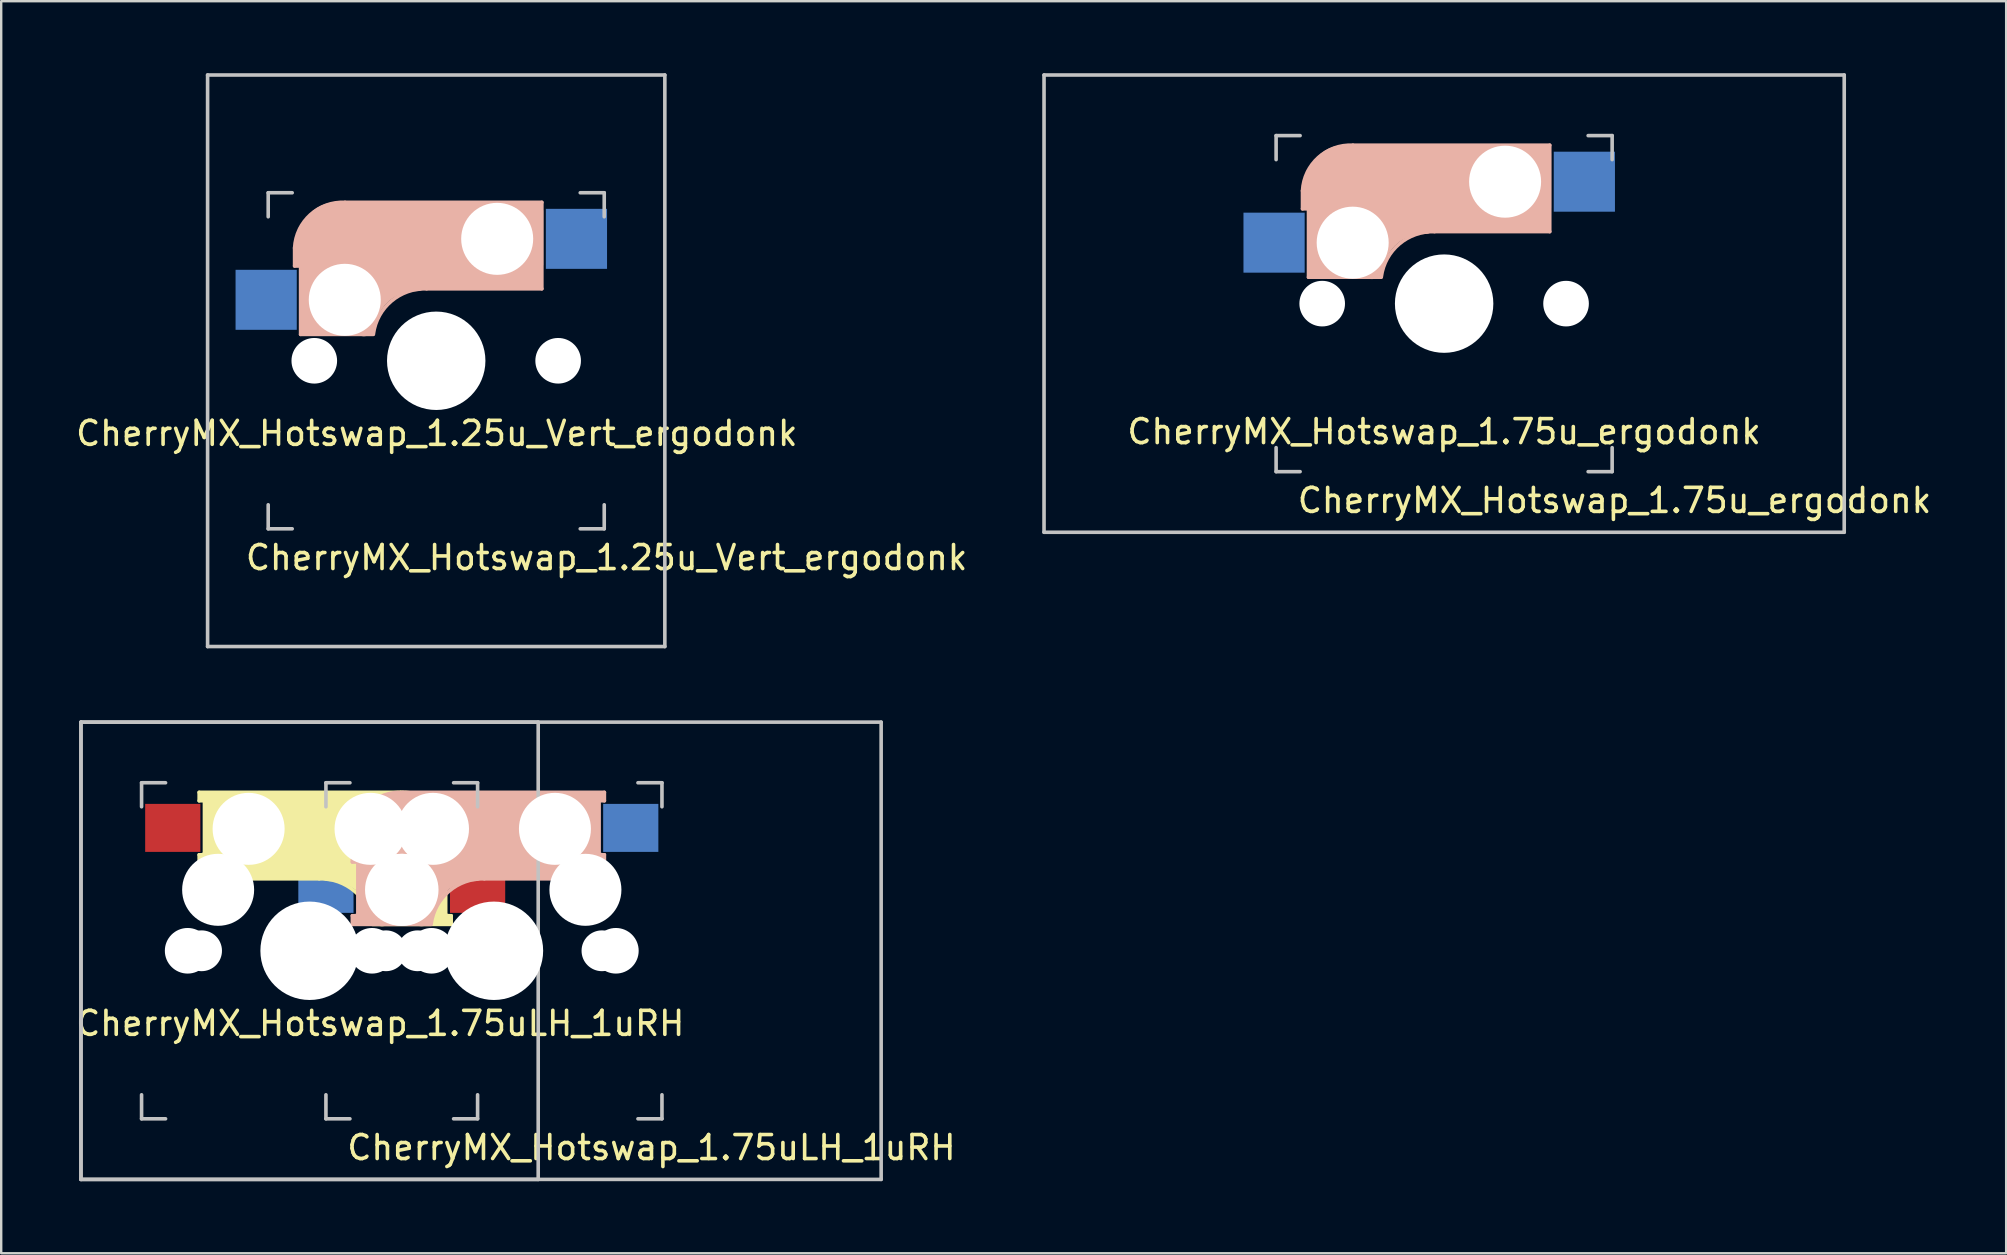
<source format=kicad_pcb>
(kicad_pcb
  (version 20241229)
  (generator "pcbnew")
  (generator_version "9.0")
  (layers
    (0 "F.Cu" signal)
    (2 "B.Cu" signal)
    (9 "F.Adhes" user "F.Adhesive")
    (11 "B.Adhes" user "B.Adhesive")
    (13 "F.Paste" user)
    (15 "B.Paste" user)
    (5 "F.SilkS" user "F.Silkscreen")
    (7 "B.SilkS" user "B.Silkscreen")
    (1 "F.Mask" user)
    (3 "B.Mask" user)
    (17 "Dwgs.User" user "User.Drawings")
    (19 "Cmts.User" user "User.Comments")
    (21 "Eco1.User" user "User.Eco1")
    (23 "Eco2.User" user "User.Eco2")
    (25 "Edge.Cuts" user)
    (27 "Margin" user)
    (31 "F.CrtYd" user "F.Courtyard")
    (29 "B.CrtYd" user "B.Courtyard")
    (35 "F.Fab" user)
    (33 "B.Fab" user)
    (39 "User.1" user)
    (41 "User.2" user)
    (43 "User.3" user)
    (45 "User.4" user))
  (footprint "CherryMX_Hotswap_1.75uLH_1uRH"
    (layer "F.Cu")
    (at 16.992 36.562)
    (property "Reference" "CherryMX_Hotswap_1.75uLH_1uRH" (at 7.1 8.2 0) (layer "F.SilkS") (effects (font (size 1 1) (thickness 0.15))))
    (attr through_hole)
    (fp_line (start -11.744 -6.6) (end -3.344 -6.6) (stroke (width 0.15) (type solid)) (layer "F.SilkS"))
    (fp_line (start -11.744 -6.25) (end -11.744 -6.6) (stroke (width 0.15) (type solid)) (layer "F.SilkS"))
    (fp_line (start -11.744 -4) (end -11.544 -4) (stroke (width 0.15) (type solid)) (layer "F.SilkS"))
    (fp_line (start -11.744 -3) (end -11.744 -4) (stroke (width 0.15) (type solid)) (layer "F.SilkS"))
    (fp_line (start -11.544 -6.4) (end -10.144 -6.4) (stroke (width 0.4) (type solid)) (layer "F.SilkS"))
    (fp_line (start -11.544 -6.25) (end -11.744 -6.25) (stroke (width 0.15) (type solid)) (layer "F.SilkS"))
    (fp_line (start -11.544 -3.9) (end -11.544 -3.2) (stroke (width 0.4) (type solid)) (layer "F.SilkS"))
    (fp_line (start -11.524 -4) (end -11.524 -6.25) (stroke (width 0.15) (type solid)) (layer "F.SilkS"))
    (fp_line (start -11.444 -3.3) (end -10.044 -3.3) (stroke (width 0.5) (type solid)) (layer "F.SilkS"))
    (fp_line (start -11.044 -6) (end -11.044 -3.5) (stroke (width 1) (type solid)) (layer "F.SilkS"))
    (fp_line (start -9.744 -4.8) (end -3.044 -4.8) (stroke (width 3.5) (type solid)) (layer "F.SilkS"))
    (fp_line (start -6.744 -3) (end -11.744 -3) (stroke (width 0.15) (type solid)) (layer "F.SilkS"))
    (fp_line (start -2.974 -5.1) (end -2.974 -2.86) (stroke (width 3) (type solid)) (layer "F.SilkS"))
    (fp_line (start -1.844 -1.6) (end -1.844 -3.4) (stroke (width 0.8) (type solid)) (layer "F.SilkS"))
    (fp_line (start -1.474 -3.7) (end -1.474 -1.46) (stroke (width 0.15) (type solid)) (layer "F.SilkS"))
    (fp_line (start -1.444 -1.46) (end -1.244 -1.46) (stroke (width 0.15) (type solid)) (layer "F.SilkS"))
    (fp_line (start -1.444 -1.3) (end -4.144 -1.3) (stroke (width 0.5) (type solid)) (layer "F.SilkS"))
    (fp_line (start -1.344 -3.8) (end -1.344 -4.7) (stroke (width 0.3) (type solid)) (layer "F.SilkS"))
    (fp_line (start -1.244 -4.7) (end -1.244 -3.7) (stroke (width 0.15) (type solid)) (layer "F.SilkS"))
    (fp_line (start -1.244 -3.7) (end -1.444 -3.7) (stroke (width 0.15) (type solid)) (layer "F.SilkS"))
    (fp_line (start -1.244 -1.1) (end -4.524 -1.1) (stroke (width 0.15) (type solid)) (layer "F.SilkS"))
    (fp_line (start -1.244 -1.1) (end -1.244 -1.46) (stroke (width 0.15) (type solid)) (layer "F.SilkS"))
    (fp_arc (start -6.74375 -3) (mid -5.275041 -2.486118) (end -4.527432 -1.121471) (stroke (width 0.15) (type solid)) (layer "F.SilkS"))
    (fp_arc (start -6.34375 -3.4) (mid -4.875041 -2.886118) (end -4.127432 -1.521471) (stroke (width 1) (type solid)) (layer "F.SilkS"))
    (fp_arc (start -3.34375 -6.600001) (mid -1.900246 -6.084925) (end -1.243749 -4.7) (stroke (width 0.15) (type solid)) (layer "F.SilkS"))
    (fp_line (start -5.362 -4.7) (end -5.362 -3.7) (stroke (width 0.15) (type solid)) (layer "B.SilkS"))
    (fp_line (start -5.362 -3.7) (end -5.162 -3.7) (stroke (width 0.15) (type solid)) (layer "B.SilkS"))
    (fp_line (start -5.362 -1.1) (end -5.362 -1.46) (stroke (width 0.15) (type solid)) (layer "B.SilkS"))
    (fp_line (start -5.362 -1.1) (end -2.083 -1.1) (stroke (width 0.15) (type solid)) (layer "B.SilkS"))
    (fp_line (start -5.263 -3.8) (end -5.263 -4.7) (stroke (width 0.3) (type solid)) (layer "B.SilkS"))
    (fp_line (start -5.162 -1.46) (end -5.362 -1.46) (stroke (width 0.15) (type solid)) (layer "B.SilkS"))
    (fp_line (start -5.162 -1.3) (end -2.462 -1.3) (stroke (width 0.5) (type solid)) (layer "B.SilkS"))
    (fp_line (start -5.133 -3.7) (end -5.133 -1.46) (stroke (width 0.15) (type solid)) (layer "B.SilkS"))
    (fp_line (start -4.763 -1.6) (end -4.763 -3.4) (stroke (width 0.8) (type solid)) (layer "B.SilkS"))
    (fp_line (start -3.632 -5.1) (end -3.632 -2.86) (stroke (width 3) (type solid)) (layer "B.SilkS"))
    (fp_line (start 0.138 -3) (end 5.138 -3) (stroke (width 0.15) (type solid)) (layer "B.SilkS"))
    (fp_line (start 3.138 -4.8) (end -3.562 -4.8) (stroke (width 3.5) (type solid)) (layer "B.SilkS"))
    (fp_line (start 4.438 -6) (end 4.438 -3.5) (stroke (width 1) (type solid)) (layer "B.SilkS"))
    (fp_line (start 4.838 -3.3) (end 3.438 -3.3) (stroke (width 0.5) (type solid)) (layer "B.SilkS"))
    (fp_line (start 4.918 -4) (end 4.918 -6.25) (stroke (width 0.15) (type solid)) (layer "B.SilkS"))
    (fp_line (start 4.938 -6.4) (end 3.538 -6.4) (stroke (width 0.4) (type solid)) (layer "B.SilkS"))
    (fp_line (start 4.938 -6.25) (end 5.138 -6.25) (stroke (width 0.15) (type solid)) (layer "B.SilkS"))
    (fp_line (start 4.938 -3.9) (end 4.938 -3.2) (stroke (width 0.4) (type solid)) (layer "B.SilkS"))
    (fp_line (start 5.138 -6.6) (end -3.263 -6.6) (stroke (width 0.15) (type solid)) (layer "B.SilkS"))
    (fp_line (start 5.138 -6.25) (end 5.138 -6.6) (stroke (width 0.15) (type solid)) (layer "B.SilkS"))
    (fp_line (start 5.138 -4) (end 4.938 -4) (stroke (width 0.15) (type solid)) (layer "B.SilkS"))
    (fp_line (start 5.138 -3) (end 5.138 -4) (stroke (width 0.15) (type solid)) (layer "B.SilkS"))
    (fp_arc (start -5.3625 -4.699999) (mid -4.706004 -6.084924) (end -3.262501 -6.6) (stroke (width 0.15) (type solid)) (layer "B.SilkS"))
    (fp_arc (start -2.478818 -1.521471) (mid -1.731209 -2.886118) (end -0.2625 -3.4) (stroke (width 1) (type solid)) (layer "B.SilkS"))
    (fp_arc (start -2.078818 -1.121471) (mid -1.331209 -2.486118) (end 0.1375 -3) (stroke (width 0.15) (type solid)) (layer "B.SilkS"))
    (fp_line (start -16.669 -9.525) (end 2.381 -9.525) (stroke (width 0.15) (type solid)) (layer "Dwgs.User"))
    (fp_line (start -16.669 -9.525) (end 16.669 -9.525) (stroke (width 0.15) (type solid)) (layer "Dwgs.User"))
    (fp_line (start -16.669 9.525) (end -16.669 -9.525) (stroke (width 0.15) (type solid)) (layer "Dwgs.User"))
    (fp_line (start -16.669 9.525) (end -16.669 -9.525) (stroke (width 0.15) (type solid)) (layer "Dwgs.User"))
    (fp_line (start -14.144 -7) (end -13.144 -7) (stroke (width 0.15) (type solid)) (layer "Dwgs.User"))
    (fp_line (start -14.144 -6) (end -14.144 -7) (stroke (width 0.15) (type solid)) (layer "Dwgs.User"))
    (fp_line (start -14.144 6) (end -14.144 7) (stroke (width 0.15) (type solid)) (layer "Dwgs.User"))
    (fp_line (start -14.144 7) (end -13.144 7) (stroke (width 0.15) (type solid)) (layer "Dwgs.User"))
    (fp_line (start -6.463 -7) (end -5.463 -7) (stroke (width 0.15) (type solid)) (layer "Dwgs.User"))
    (fp_line (start -6.463 -6) (end -6.463 -7) (stroke (width 0.15) (type solid)) (layer "Dwgs.User"))
    (fp_line (start -6.463 6) (end -6.463 7) (stroke (width 0.15) (type solid)) (layer "Dwgs.User"))
    (fp_line (start -6.463 7) (end -5.463 7) (stroke (width 0.15) (type solid)) (layer "Dwgs.User"))
    (fp_line (start -1.144 7) (end -0.144 7) (stroke (width 0.15) (type solid)) (layer "Dwgs.User"))
    (fp_line (start -0.144 -7) (end -1.144 -7) (stroke (width 0.15) (type solid)) (layer "Dwgs.User"))
    (fp_line (start -0.144 -7) (end -0.144 -6) (stroke (width 0.15) (type solid)) (layer "Dwgs.User"))
    (fp_line (start -0.144 7) (end -0.144 6) (stroke (width 0.15) (type solid)) (layer "Dwgs.User"))
    (fp_line (start 2.381 -9.525) (end 2.381 9.525) (stroke (width 0.15) (type solid)) (layer "Dwgs.User"))
    (fp_line (start 2.381 9.525) (end -16.669 9.525) (stroke (width 0.15) (type solid)) (layer "Dwgs.User"))
    (fp_line (start 6.537 7) (end 7.537 7) (stroke (width 0.15) (type solid)) (layer "Dwgs.User"))
    (fp_line (start 7.537 -7) (end 6.537 -7) (stroke (width 0.15) (type solid)) (layer "Dwgs.User"))
    (fp_line (start 7.537 -7) (end 7.537 -6) (stroke (width 0.15) (type solid)) (layer "Dwgs.User"))
    (fp_line (start 7.537 7) (end 7.537 6) (stroke (width 0.15) (type solid)) (layer "Dwgs.User"))
    (fp_line (start 16.669 -9.525) (end 16.669 9.525) (stroke (width 0.15) (type solid)) (layer "Dwgs.User"))
    (fp_line (start 16.669 9.525) (end -16.669 9.525) (stroke (width 0.15) (type solid)) (layer "Dwgs.User"))
    (fp_text user "${REFERENCE}" (at -4.2 3.025 0) (layer "F.SilkS") (effects (font (size 1 1) (thickness 0.15))))
    (pad "" np_thru_hole circle (at -12.224 0) (size 1.9 1.9) (drill 1.9) (layers "*.Cu" "*.Mask"))
    (pad "" np_thru_hole circle (at -11.644 0) (size 1.7 1.7) (drill 1.7) (layers "*.Cu" "*.Mask"))
    (pad "" np_thru_hole circle (at -10.954 -2.54 180) (size 3 3) (drill 3) (layers "*.Cu" "*.Mask"))
    (pad "" np_thru_hole circle (at -9.684 -5.08 180) (size 3 3) (drill 3) (layers "*.Cu" "*.Mask"))
    (pad "" np_thru_hole circle (at -7.144 0 90) (size 4.1 4.1) (drill 4.1) (layers "*.Cu" "*.Mask"))
    (pad "" np_thru_hole circle (at -4.604 -5.08 180) (size 3 3) (drill 3) (layers "*.Cu" "*.Mask"))
    (pad "" np_thru_hole circle (at -4.543 0) (size 1.9 1.9) (drill 1.9) (layers "*.Cu" "*.Mask"))
    (pad "" np_thru_hole circle (at -3.962 0) (size 1.7 1.7) (drill 1.7) (layers "*.Cu" "*.Mask"))
    (pad "" np_thru_hole circle (at -3.334 -2.54 180) (size 3 3) (drill 3) (layers "*.Cu" "*.Mask"))
    (pad "" np_thru_hole circle (at -3.272 -2.54 180) (size 3 3) (drill 3) (layers "*.Cu" "*.Mask"))
    (pad "" np_thru_hole circle (at -2.644 0) (size 1.7 1.7) (drill 1.7) (layers "*.Cu" "*.Mask"))
    (pad "" np_thru_hole circle (at -2.064 0) (size 1.9 1.9) (drill 1.9) (layers "*.Cu" "*.Mask"))
    (pad "" np_thru_hole circle (at -2.002 -5.08 180) (size 3 3) (drill 3) (layers "*.Cu" "*.Mask"))
    (pad "" np_thru_hole circle (at 0.537 0 90) (size 4.1 4.1) (drill 4.1) (layers "*.Cu" "*.Mask"))
    (pad "" np_thru_hole circle (at 3.078 -5.08 180) (size 3 3) (drill 3) (layers "*.Cu" "*.Mask"))
    (pad "" np_thru_hole circle (at 4.348 -2.54 180) (size 3 3) (drill 3) (layers "*.Cu" "*.Mask"))
    (pad "" np_thru_hole circle (at 5.037 0) (size 1.7 1.7) (drill 1.7) (layers "*.Cu" "*.Mask"))
    (pad "" np_thru_hole circle (at 5.617 0) (size 1.9 1.9) (drill 1.9) (layers "*.Cu" "*.Mask"))
    (pad "1" smd rect (at -6.463 -2.58 180) (size 2.3 2) (layers "B.Cu" "B.Mask" "B.Paste"))
    (pad "1" smd rect (at -0.144 -2.58 180) (size 2.3 2) (layers "F.Cu" "F.Mask" "F.Paste"))
    (pad "2" smd rect (at -12.844 -5.12 180) (size 2.3 2) (layers "F.Cu" "F.Mask" "F.Paste"))
    (pad "2" smd rect (at 6.237 -5.12 180) (size 2.3 2) (layers "B.Cu" "B.Mask" "B.Paste")))
  (footprint "CherryMX_Hotswap_1.25u_Vert_ergodonk"
    (layer "F.Cu")
    (at 15.124 11.981)
    (property "Reference" "CherryMX_Hotswap_1.25u_Vert_ergodonk" (at 7.1 8.2 0) (layer "F.SilkS") (effects (font (size 1 1) (thickness 0.15))))
    (attr through_hole)
    (fp_line (start -5.9 -4.7) (end -5.9 -3.95) (stroke (width 0.15) (type solid)) (layer "B.SilkS"))
    (fp_line (start -5.9 -3.95) (end -5.7 -3.95) (stroke (width 0.15) (type solid)) (layer "B.SilkS"))
    (fp_line (start -5.8 -4.05) (end -5.8 -4.7) (stroke (width 0.3) (type solid)) (layer "B.SilkS"))
    (fp_line (start -5.65 -5.55) (end -5.65 -1.1) (stroke (width 0.15) (type solid)) (layer "B.SilkS"))
    (fp_line (start -5.65 -1.1) (end -2.62 -1.1) (stroke (width 0.15) (type solid)) (layer "B.SilkS"))
    (fp_line (start -5.45 -1.3) (end -3 -1.3) (stroke (width 0.5) (type solid)) (layer "B.SilkS"))
    (fp_line (start -5.3 -1.6) (end -5.3 -3.4) (stroke (width 0.8) (type solid)) (layer "B.SilkS"))
    (fp_line (start -4.17 -5.1) (end -4.17 -2.86) (stroke (width 3) (type solid)) (layer "B.SilkS"))
    (fp_line (start -0.4 -3) (end 4.4 -3) (stroke (width 0.15) (type solid)) (layer "B.SilkS"))
    (fp_line (start 2.6 -4.8) (end -4.1 -4.8) (stroke (width 3.5) (type solid)) (layer "B.SilkS"))
    (fp_line (start 3.9 -6) (end 3.9 -3.5) (stroke (width 1) (type solid)) (layer "B.SilkS"))
    (fp_line (start 4.2 -3.25) (end 2.9 -3.3) (stroke (width 0.5) (type solid)) (layer "B.SilkS"))
    (fp_line (start 4.25 -6.4) (end 3 -6.4) (stroke (width 0.4) (type solid)) (layer "B.SilkS"))
    (fp_line (start 4.38 -4) (end 4.38 -6.25) (stroke (width 0.15) (type solid)) (layer "B.SilkS"))
    (fp_line (start 4.4 -6.6) (end -3.8 -6.6) (stroke (width 0.15) (type solid)) (layer "B.SilkS"))
    (fp_line (start 4.4 -3) (end 4.4 -6.6) (stroke (width 0.15) (type solid)) (layer "B.SilkS"))
    (fp_arc (start -5.9 -4.699999) (mid -5.243504 -6.084924) (end -3.800001 -6.6) (stroke (width 0.15) (type solid)) (layer "B.SilkS"))
    (fp_arc (start -3.016318 -1.521471) (mid -2.268709 -2.886118) (end -0.8 -3.4) (stroke (width 1) (type solid)) (layer "B.SilkS"))
    (fp_arc (start -2.616318 -1.121471) (mid -1.868709 -2.486118) (end -0.4 -3) (stroke (width 0.15) (type solid)) (layer "B.SilkS"))
    (fp_line (start -9.525 -11.906) (end 9.525 -11.906) (stroke (width 0.15) (type solid)) (layer "Dwgs.User"))
    (fp_line (start -9.525 11.906) (end -9.525 -11.906) (stroke (width 0.15) (type solid)) (layer "Dwgs.User"))
    (fp_line (start -7 -7) (end -6 -7) (stroke (width 0.15) (type solid)) (layer "Dwgs.User"))
    (fp_line (start -7 -6) (end -7 -7) (stroke (width 0.15) (type solid)) (layer "Dwgs.User"))
    (fp_line (start -7 6) (end -7 7) (stroke (width 0.15) (type solid)) (layer "Dwgs.User"))
    (fp_line (start -7 7) (end -6 7) (stroke (width 0.15) (type solid)) (layer "Dwgs.User"))
    (fp_line (start 6 7) (end 7 7) (stroke (width 0.15) (type solid)) (layer "Dwgs.User"))
    (fp_line (start 7 -7) (end 6 -7) (stroke (width 0.15) (type solid)) (layer "Dwgs.User"))
    (fp_line (start 7 -7) (end 7 -6) (stroke (width 0.15) (type solid)) (layer "Dwgs.User"))
    (fp_line (start 7 7) (end 7 6) (stroke (width 0.15) (type solid)) (layer "Dwgs.User"))
    (fp_line (start 9.525 -11.906) (end 9.525 11.906) (stroke (width 0.15) (type solid)) (layer "Dwgs.User"))
    (fp_line (start 9.525 11.906) (end -9.525 11.906) (stroke (width 0.15) (type solid)) (layer "Dwgs.User"))
    (fp_text user "${REFERENCE}" (at 0.025 3.025 0) (layer "F.SilkS") (effects (font (size 1 1) (thickness 0.15))))
    (pad "" np_thru_hole circle (at -5.08 0) (size 1.9 1.9) (drill 1.9) (layers "*.Cu" "*.Mask"))
    (pad "" np_thru_hole circle (at -3.81 -2.54) (size 3 3) (drill 3) (layers "*.Cu" "*.Mask"))
    (pad "" np_thru_hole circle (at 0 0 90) (size 4.1 4.1) (drill 4.1) (layers "*.Cu" "*.Mask"))
    (pad "" np_thru_hole circle (at 2.54 -5.08) (size 3 3) (drill 3) (layers "*.Cu" "*.Mask"))
    (pad "" np_thru_hole circle (at 5.08 0) (size 1.9 1.9) (drill 1.9) (layers "*.Cu" "*.Mask"))
    (pad "1" smd rect (at -7.085 -2.54 180) (size 2.55 2.5) (layers "B.Cu" "B.Mask" "B.Paste"))
    (pad "2" smd rect (at 5.842 -5.08 180) (size 2.55 2.5) (layers "B.Cu" "B.Mask" "B.Paste")))
  (footprint "CherryMX_Hotswap_1.75u_ergodonk"
    (layer "F.Cu")
    (at 57.116 9.6)
    (property "Reference" "CherryMX_Hotswap_1.75u_ergodonk" (at 7.1 8.2 0) (layer "F.SilkS") (effects (font (size 1 1) (thickness 0.15))))
    (attr through_hole)
    (fp_line (start -5.9 -4.7) (end -5.9 -3.95) (stroke (width 0.15) (type solid)) (layer "B.SilkS"))
    (fp_line (start -5.9 -3.95) (end -5.7 -3.95) (stroke (width 0.15) (type solid)) (layer "B.SilkS"))
    (fp_line (start -5.8 -4.05) (end -5.8 -4.7) (stroke (width 0.3) (type solid)) (layer "B.SilkS"))
    (fp_line (start -5.65 -5.55) (end -5.65 -1.1) (stroke (width 0.15) (type solid)) (layer "B.SilkS"))
    (fp_line (start -5.65 -1.1) (end -2.62 -1.1) (stroke (width 0.15) (type solid)) (layer "B.SilkS"))
    (fp_line (start -5.45 -1.3) (end -3 -1.3) (stroke (width 0.5) (type solid)) (layer "B.SilkS"))
    (fp_line (start -5.3 -1.6) (end -5.3 -3.4) (stroke (width 0.8) (type solid)) (layer "B.SilkS"))
    (fp_line (start -4.17 -5.1) (end -4.17 -2.86) (stroke (width 3) (type solid)) (layer "B.SilkS"))
    (fp_line (start -0.4 -3) (end 4.4 -3) (stroke (width 0.15) (type solid)) (layer "B.SilkS"))
    (fp_line (start 2.6 -4.8) (end -4.1 -4.8) (stroke (width 3.5) (type solid)) (layer "B.SilkS"))
    (fp_line (start 3.9 -6) (end 3.9 -3.5) (stroke (width 1) (type solid)) (layer "B.SilkS"))
    (fp_line (start 4.2 -3.25) (end 2.9 -3.3) (stroke (width 0.5) (type solid)) (layer "B.SilkS"))
    (fp_line (start 4.25 -6.4) (end 3 -6.4) (stroke (width 0.4) (type solid)) (layer "B.SilkS"))
    (fp_line (start 4.38 -4) (end 4.38 -6.25) (stroke (width 0.15) (type solid)) (layer "B.SilkS"))
    (fp_line (start 4.4 -6.6) (end -3.8 -6.6) (stroke (width 0.15) (type solid)) (layer "B.SilkS"))
    (fp_line (start 4.4 -3) (end 4.4 -6.6) (stroke (width 0.15) (type solid)) (layer "B.SilkS"))
    (fp_arc (start -5.9 -4.699999) (mid -5.243504 -6.084924) (end -3.800001 -6.6) (stroke (width 0.15) (type solid)) (layer "B.SilkS"))
    (fp_arc (start -3.016318 -1.521471) (mid -2.268709 -2.886118) (end -0.8 -3.4) (stroke (width 1) (type solid)) (layer "B.SilkS"))
    (fp_arc (start -2.616318 -1.121471) (mid -1.868709 -2.486118) (end -0.4 -3) (stroke (width 0.15) (type solid)) (layer "B.SilkS"))
    (fp_line (start -16.669 -9.525) (end 16.669 -9.525) (stroke (width 0.15) (type solid)) (layer "Dwgs.User"))
    (fp_line (start -16.669 9.525) (end -16.669 -9.525) (stroke (width 0.15) (type solid)) (layer "Dwgs.User"))
    (fp_line (start -7 -7) (end -6 -7) (stroke (width 0.15) (type solid)) (layer "Dwgs.User"))
    (fp_line (start -7 -6) (end -7 -7) (stroke (width 0.15) (type solid)) (layer "Dwgs.User"))
    (fp_line (start -7 6) (end -7 7) (stroke (width 0.15) (type solid)) (layer "Dwgs.User"))
    (fp_line (start -7 7) (end -6 7) (stroke (width 0.15) (type solid)) (layer "Dwgs.User"))
    (fp_line (start 6 7) (end 7 7) (stroke (width 0.15) (type solid)) (layer "Dwgs.User"))
    (fp_line (start 7 -7) (end 6 -7) (stroke (width 0.15) (type solid)) (layer "Dwgs.User"))
    (fp_line (start 7 -7) (end 7 -6) (stroke (width 0.15) (type solid)) (layer "Dwgs.User"))
    (fp_line (start 7 7) (end 7 6) (stroke (width 0.15) (type solid)) (layer "Dwgs.User"))
    (fp_line (start 16.669 -9.525) (end 16.669 9.525) (stroke (width 0.15) (type solid)) (layer "Dwgs.User"))
    (fp_line (start 16.669 9.525) (end -16.669 9.525) (stroke (width 0.15) (type solid)) (layer "Dwgs.User"))
    (fp_text user "${REFERENCE}" (at 0 5.334 0) (layer "F.SilkS") (effects (font (size 1 1) (thickness 0.15))))
    (pad "" np_thru_hole circle (at -5.08 0) (size 1.9 1.9) (drill 1.9) (layers "*.Cu" "*.Mask"))
    (pad "" np_thru_hole circle (at -3.81 -2.54) (size 3 3) (drill 3) (layers "*.Cu" "*.Mask"))
    (pad "" np_thru_hole circle (at 0 0 90) (size 4.1 4.1) (drill 4.1) (layers "*.Cu" "*.Mask"))
    (pad "" np_thru_hole circle (at 2.54 -5.08) (size 3 3) (drill 3) (layers "*.Cu" "*.Mask"))
    (pad "" np_thru_hole circle (at 5.08 0) (size 1.9 1.9) (drill 1.9) (layers "*.Cu" "*.Mask"))
    (pad "1" smd rect (at -7.085 -2.54 180) (size 2.55 2.5) (layers "B.Cu" "B.Mask" "B.Paste"))
    (pad "2" smd rect (at 5.842 -5.08 180) (size 2.55 2.5) (layers "B.Cu" "B.Mask" "B.Paste")))
  (gr_rect
    (start -3 -3)
    (end 80.532 49.163)
    (stroke (width 0.1) (type default))
    (fill no)
    (layer "Edge.Cuts")))
</source>
